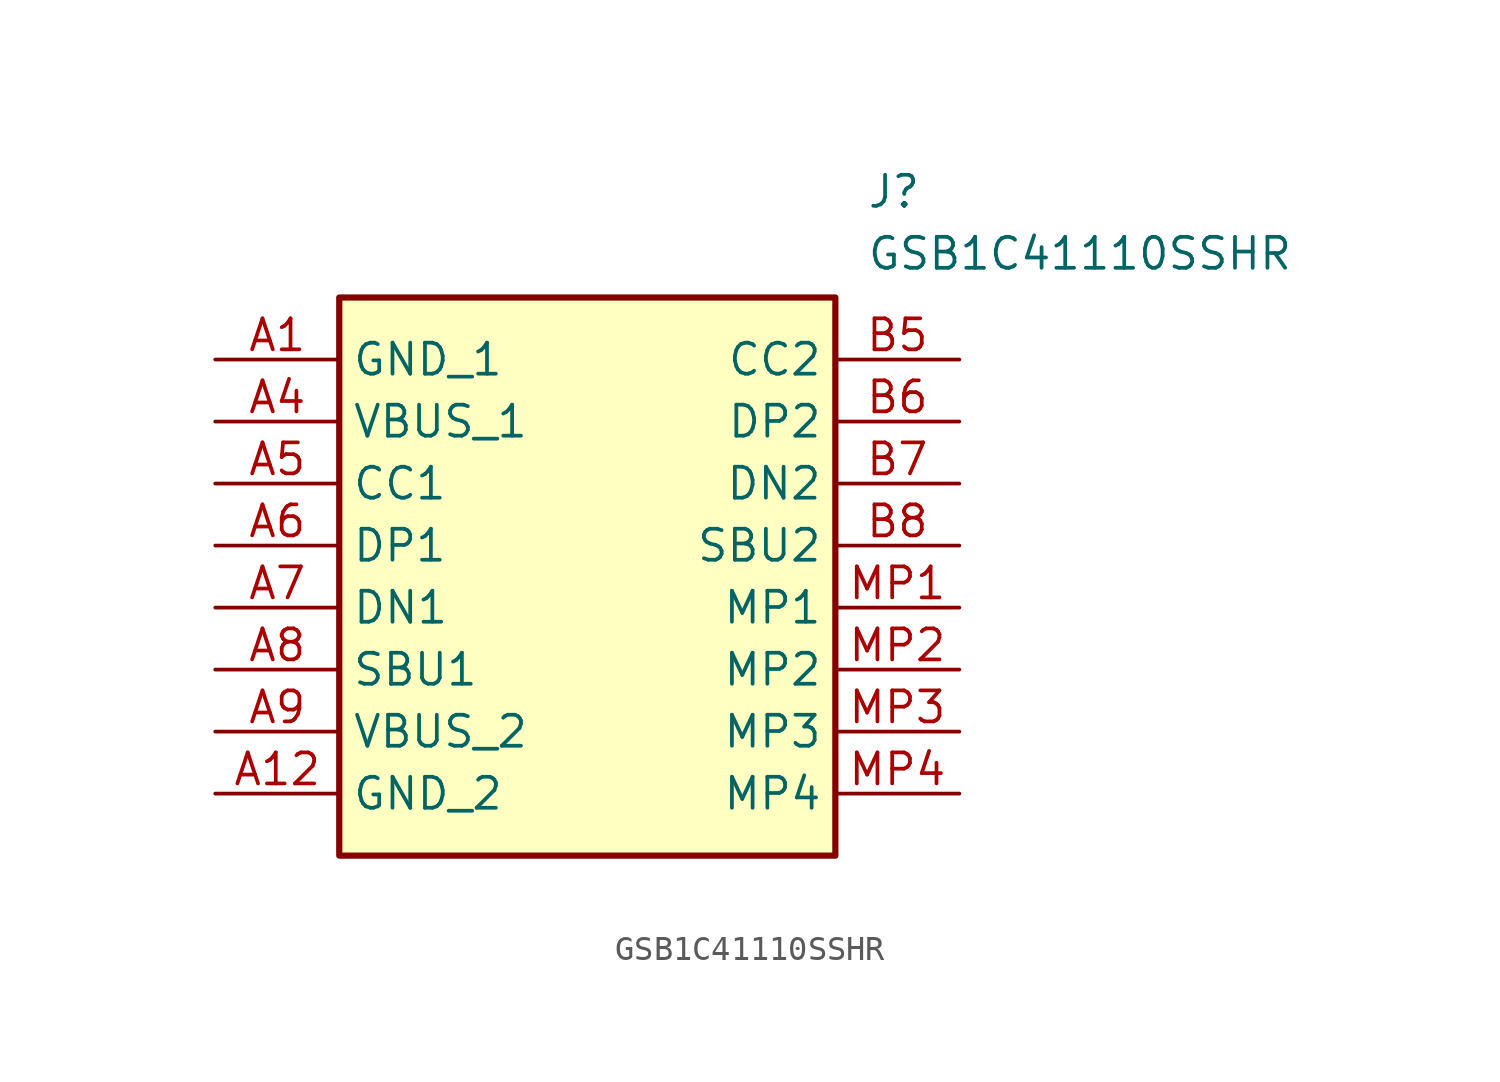
<source format=kicad_sym>
(kicad_symbol_lib
  (version 20211014)
  (generator SamacSys_ECAD_Model)
  (symbol "GSB1C41110SSHR"
    (property "Reference" "J"
      (at 26.67 7.62 0)
      (effects (font (size 1.27 1.27)) (justify left top)))
    (property "Value" "GSB1C41110SSHR"
      (at 26.67 5.08 0)
      (effects (font (size 1.27 1.27)) (justify left top)))
    (rectangle
      (start 5.08 2.54)
      (end 25.4 -20.32)
      (stroke (width 0.254) (type default))
      (fill (type background)))
    (pin passive line
      (at 0 0 0)
      (length 5.08)
      (name "GND_1" (effects (font (size 1.27 1.27))))
      (number "A1" (effects (font (size 1.27 1.27)))))
    (pin passive line
      (at 0 -2.54 0)
      (length 5.08)
      (name "VBUS_1" (effects (font (size 1.27 1.27))))
      (number "A4" (effects (font (size 1.27 1.27)))))
    (pin passive line
      (at 0 -5.08 0)
      (length 5.08)
      (name "CC1" (effects (font (size 1.27 1.27))))
      (number "A5" (effects (font (size 1.27 1.27)))))
    (pin passive line
      (at 0 -7.62 0)
      (length 5.08)
      (name "DP1" (effects (font (size 1.27 1.27))))
      (number "A6" (effects (font (size 1.27 1.27)))))
    (pin passive line
      (at 0 -10.16 0)
      (length 5.08)
      (name "DN1" (effects (font (size 1.27 1.27))))
      (number "A7" (effects (font (size 1.27 1.27)))))
    (pin passive line
      (at 0 -12.7 0)
      (length 5.08)
      (name "SBU1" (effects (font (size 1.27 1.27))))
      (number "A8" (effects (font (size 1.27 1.27)))))
    (pin passive line
      (at 0 -15.24 0)
      (length 5.08)
      (name "VBUS_2" (effects (font (size 1.27 1.27))))
      (number "A9" (effects (font (size 1.27 1.27)))))
    (pin passive line
      (at 0 -17.78 0)
      (length 5.08)
      (name "GND_2" (effects (font (size 1.27 1.27))))
      (number "A12" (effects (font (size 1.27 1.27)))))
    (pin passive line
      (at 30.48 0 180)
      (length 5.08)
      (name "CC2" (effects (font (size 1.27 1.27))))
      (number "B5" (effects (font (size 1.27 1.27)))))
    (pin passive line
      (at 30.48 -2.54 180)
      (length 5.08)
      (name "DP2" (effects (font (size 1.27 1.27))))
      (number "B6" (effects (font (size 1.27 1.27)))))
    (pin passive line
      (at 30.48 -5.08 180)
      (length 5.08)
      (name "DN2" (effects (font (size 1.27 1.27))))
      (number "B7" (effects (font (size 1.27 1.27)))))
    (pin passive line
      (at 30.48 -7.62 180)
      (length 5.08)
      (name "SBU2" (effects (font (size 1.27 1.27))))
      (number "B8" (effects (font (size 1.27 1.27)))))
    (pin passive line
      (at 30.48 -10.16 180)
      (length 5.08)
      (name "MP1" (effects (font (size 1.27 1.27))))
      (number "MP1" (effects (font (size 1.27 1.27)))))
    (pin passive line
      (at 30.48 -12.7 180)
      (length 5.08)
      (name "MP2" (effects (font (size 1.27 1.27))))
      (number "MP2" (effects (font (size 1.27 1.27)))))
    (pin passive line
      (at 30.48 -15.24 180)
      (length 5.08)
      (name "MP3" (effects (font (size 1.27 1.27))))
      (number "MP3" (effects (font (size 1.27 1.27)))))
    (pin passive line
      (at 30.48 -17.78 180)
      (length 5.08)
      (name "MP4" (effects (font (size 1.27 1.27))))
      (number "MP4" (effects (font (size 1.27 1.27)))))))
</source>
